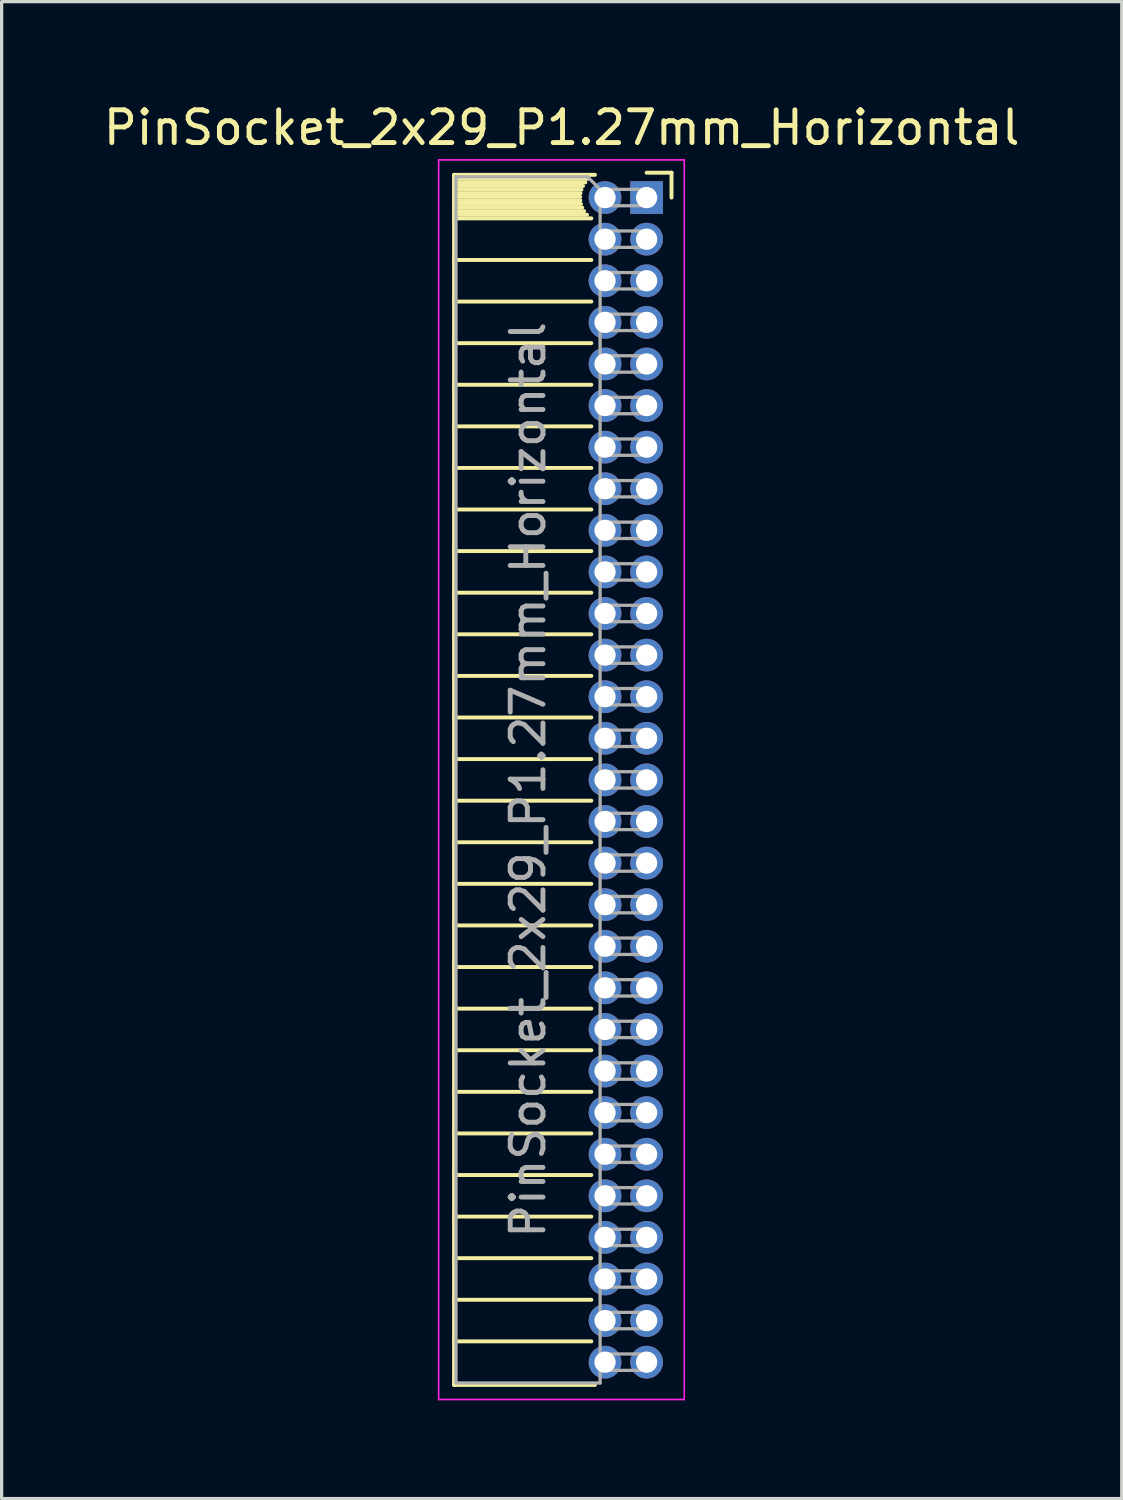
<source format=kicad_pcb>
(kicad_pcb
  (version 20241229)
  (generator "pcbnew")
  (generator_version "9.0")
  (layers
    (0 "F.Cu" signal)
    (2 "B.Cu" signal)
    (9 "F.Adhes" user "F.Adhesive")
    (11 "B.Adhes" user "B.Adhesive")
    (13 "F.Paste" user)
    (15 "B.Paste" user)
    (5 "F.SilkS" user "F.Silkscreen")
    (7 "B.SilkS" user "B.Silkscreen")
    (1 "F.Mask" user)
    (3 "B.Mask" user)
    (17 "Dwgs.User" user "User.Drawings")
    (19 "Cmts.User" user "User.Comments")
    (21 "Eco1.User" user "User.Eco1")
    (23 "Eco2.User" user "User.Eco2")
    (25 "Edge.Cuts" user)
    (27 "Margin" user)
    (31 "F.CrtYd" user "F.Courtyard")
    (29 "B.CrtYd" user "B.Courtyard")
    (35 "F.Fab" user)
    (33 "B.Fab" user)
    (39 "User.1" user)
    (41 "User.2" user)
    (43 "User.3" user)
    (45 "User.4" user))
  (footprint "PinSocket_2x29_P1.27mm_Horizontal"
    (layer "F.Cu")
    (at 16.694 2.983)
    (property "Reference" "PinSocket_2x29_P1.27mm_Horizontal" (at -2.592 -2.135 0) (layer "F.SilkS") (effects (font (size 1 1) (thickness 0.15))))
    (attr through_hole)
    (fp_line (start -5.88 -0.695) (end -5.88 36.255) (stroke (width 0.12) (type solid)) (layer "F.SilkS"))
    (fp_line (start -5.88 -0.695) (end -1.578 -0.695) (stroke (width 0.12) (type solid)) (layer "F.SilkS"))
    (fp_line (start -5.88 -0.575) (end -1.767 -0.575) (stroke (width 0.12) (type solid)) (layer "F.SilkS"))
    (fp_line (start -5.88 -0.465) (end -1.871 -0.465) (stroke (width 0.12) (type solid)) (layer "F.SilkS"))
    (fp_line (start -5.88 -0.355) (end -1.942 -0.355) (stroke (width 0.12) (type solid)) (layer "F.SilkS"))
    (fp_line (start -5.88 -0.245) (end -1.989 -0.245) (stroke (width 0.12) (type solid)) (layer "F.SilkS"))
    (fp_line (start -5.88 -0.135) (end -2.018 -0.135) (stroke (width 0.12) (type solid)) (layer "F.SilkS"))
    (fp_line (start -5.88 -0.025) (end -2.03 -0.025) (stroke (width 0.12) (type solid)) (layer "F.SilkS"))
    (fp_line (start -5.88 0.085) (end -2.025 0.085) (stroke (width 0.12) (type solid)) (layer "F.SilkS"))
    (fp_line (start -5.88 0.195) (end -2.005 0.195) (stroke (width 0.12) (type solid)) (layer "F.SilkS"))
    (fp_line (start -5.88 0.305) (end -1.966 0.305) (stroke (width 0.12) (type solid)) (layer "F.SilkS"))
    (fp_line (start -5.88 0.415) (end -1.907 0.415) (stroke (width 0.12) (type solid)) (layer "F.SilkS"))
    (fp_line (start -5.88 0.525) (end -1.82 0.525) (stroke (width 0.12) (type solid)) (layer "F.SilkS"))
    (fp_line (start -5.88 0.635) (end -1.688 0.635) (stroke (width 0.12) (type solid)) (layer "F.SilkS"))
    (fp_line (start -5.88 1.905) (end -1.688 1.905) (stroke (width 0.12) (type solid)) (layer "F.SilkS"))
    (fp_line (start -5.88 3.175) (end -1.688 3.175) (stroke (width 0.12) (type solid)) (layer "F.SilkS"))
    (fp_line (start -5.88 4.445) (end -1.688 4.445) (stroke (width 0.12) (type solid)) (layer "F.SilkS"))
    (fp_line (start -5.88 5.715) (end -1.688 5.715) (stroke (width 0.12) (type solid)) (layer "F.SilkS"))
    (fp_line (start -5.88 6.985) (end -1.688 6.985) (stroke (width 0.12) (type solid)) (layer "F.SilkS"))
    (fp_line (start -5.88 8.255) (end -1.688 8.255) (stroke (width 0.12) (type solid)) (layer "F.SilkS"))
    (fp_line (start -5.88 9.525) (end -1.688 9.525) (stroke (width 0.12) (type solid)) (layer "F.SilkS"))
    (fp_line (start -5.88 10.795) (end -1.688 10.795) (stroke (width 0.12) (type solid)) (layer "F.SilkS"))
    (fp_line (start -5.88 12.065) (end -1.688 12.065) (stroke (width 0.12) (type solid)) (layer "F.SilkS"))
    (fp_line (start -5.88 13.335) (end -1.688 13.335) (stroke (width 0.12) (type solid)) (layer "F.SilkS"))
    (fp_line (start -5.88 14.605) (end -1.688 14.605) (stroke (width 0.12) (type solid)) (layer "F.SilkS"))
    (fp_line (start -5.88 15.875) (end -1.688 15.875) (stroke (width 0.12) (type solid)) (layer "F.SilkS"))
    (fp_line (start -5.88 17.145) (end -1.688 17.145) (stroke (width 0.12) (type solid)) (layer "F.SilkS"))
    (fp_line (start -5.88 18.415) (end -1.688 18.415) (stroke (width 0.12) (type solid)) (layer "F.SilkS"))
    (fp_line (start -5.88 19.685) (end -1.688 19.685) (stroke (width 0.12) (type solid)) (layer "F.SilkS"))
    (fp_line (start -5.88 20.955) (end -1.688 20.955) (stroke (width 0.12) (type solid)) (layer "F.SilkS"))
    (fp_line (start -5.88 22.225) (end -1.688 22.225) (stroke (width 0.12) (type solid)) (layer "F.SilkS"))
    (fp_line (start -5.88 23.495) (end -1.688 23.495) (stroke (width 0.12) (type solid)) (layer "F.SilkS"))
    (fp_line (start -5.88 24.765) (end -1.688 24.765) (stroke (width 0.12) (type solid)) (layer "F.SilkS"))
    (fp_line (start -5.88 26.035) (end -1.688 26.035) (stroke (width 0.12) (type solid)) (layer "F.SilkS"))
    (fp_line (start -5.88 27.305) (end -1.688 27.305) (stroke (width 0.12) (type solid)) (layer "F.SilkS"))
    (fp_line (start -5.88 28.575) (end -1.688 28.575) (stroke (width 0.12) (type solid)) (layer "F.SilkS"))
    (fp_line (start -5.88 29.845) (end -1.688 29.845) (stroke (width 0.12) (type solid)) (layer "F.SilkS"))
    (fp_line (start -5.88 31.115) (end -1.688 31.115) (stroke (width 0.12) (type solid)) (layer "F.SilkS"))
    (fp_line (start -5.88 32.385) (end -1.688 32.385) (stroke (width 0.12) (type solid)) (layer "F.SilkS"))
    (fp_line (start -5.88 33.655) (end -1.688 33.655) (stroke (width 0.12) (type solid)) (layer "F.SilkS"))
    (fp_line (start -5.88 34.925) (end -1.688 34.925) (stroke (width 0.12) (type solid)) (layer "F.SilkS"))
    (fp_line (start -5.88 36.255) (end -1.578 36.255) (stroke (width 0.12) (type solid)) (layer "F.SilkS"))
    (fp_line (start 0 -0.76) (end 0.76 -0.76) (stroke (width 0.12) (type solid)) (layer "F.SilkS"))
    (fp_line (start 0.76 -0.76) (end 0.76 0) (stroke (width 0.12) (type solid)) (layer "F.SilkS"))
    (fp_line (start -6.35 -1.15) (end -6.35 36.7) (stroke (width 0.05) (type solid)) (layer "F.CrtYd"))
    (fp_line (start -6.35 36.7) (end 1.15 36.7) (stroke (width 0.05) (type solid)) (layer "F.CrtYd"))
    (fp_line (start 1.15 -1.15) (end -6.35 -1.15) (stroke (width 0.05) (type solid)) (layer "F.CrtYd"))
    (fp_line (start 1.15 36.7) (end 1.15 -1.15) (stroke (width 0.05) (type solid)) (layer "F.CrtYd"))
    (fp_line (start -5.82 -0.635) (end -1.805 -0.635) (stroke (width 0.1) (type solid)) (layer "F.Fab"))
    (fp_line (start -5.82 36.195) (end -5.82 -0.635) (stroke (width 0.1) (type solid)) (layer "F.Fab"))
    (fp_line (start -1.805 -0.635) (end -1.42 -0.25) (stroke (width 0.1) (type solid)) (layer "F.Fab"))
    (fp_line (start -1.42 -0.25) (end -1.42 36.195) (stroke (width 0.1) (type solid)) (layer "F.Fab"))
    (fp_line (start -1.42 0.25) (end 0 0.25) (stroke (width 0.1) (type solid)) (layer "F.Fab"))
    (fp_line (start -1.42 1.52) (end 0 1.52) (stroke (width 0.1) (type solid)) (layer "F.Fab"))
    (fp_line (start -1.42 2.79) (end 0 2.79) (stroke (width 0.1) (type solid)) (layer "F.Fab"))
    (fp_line (start -1.42 4.06) (end 0 4.06) (stroke (width 0.1) (type solid)) (layer "F.Fab"))
    (fp_line (start -1.42 5.33) (end 0 5.33) (stroke (width 0.1) (type solid)) (layer "F.Fab"))
    (fp_line (start -1.42 6.6) (end 0 6.6) (stroke (width 0.1) (type solid)) (layer "F.Fab"))
    (fp_line (start -1.42 7.87) (end 0 7.87) (stroke (width 0.1) (type solid)) (layer "F.Fab"))
    (fp_line (start -1.42 9.14) (end 0 9.14) (stroke (width 0.1) (type solid)) (layer "F.Fab"))
    (fp_line (start -1.42 10.41) (end 0 10.41) (stroke (width 0.1) (type solid)) (layer "F.Fab"))
    (fp_line (start -1.42 11.68) (end 0 11.68) (stroke (width 0.1) (type solid)) (layer "F.Fab"))
    (fp_line (start -1.42 12.95) (end 0 12.95) (stroke (width 0.1) (type solid)) (layer "F.Fab"))
    (fp_line (start -1.42 14.22) (end 0 14.22) (stroke (width 0.1) (type solid)) (layer "F.Fab"))
    (fp_line (start -1.42 15.49) (end 0 15.49) (stroke (width 0.1) (type solid)) (layer "F.Fab"))
    (fp_line (start -1.42 16.76) (end 0 16.76) (stroke (width 0.1) (type solid)) (layer "F.Fab"))
    (fp_line (start -1.42 18.03) (end 0 18.03) (stroke (width 0.1) (type solid)) (layer "F.Fab"))
    (fp_line (start -1.42 19.3) (end 0 19.3) (stroke (width 0.1) (type solid)) (layer "F.Fab"))
    (fp_line (start -1.42 20.57) (end 0 20.57) (stroke (width 0.1) (type solid)) (layer "F.Fab"))
    (fp_line (start -1.42 21.84) (end 0 21.84) (stroke (width 0.1) (type solid)) (layer "F.Fab"))
    (fp_line (start -1.42 23.11) (end 0 23.11) (stroke (width 0.1) (type solid)) (layer "F.Fab"))
    (fp_line (start -1.42 24.38) (end 0 24.38) (stroke (width 0.1) (type solid)) (layer "F.Fab"))
    (fp_line (start -1.42 25.65) (end 0 25.65) (stroke (width 0.1) (type solid)) (layer "F.Fab"))
    (fp_line (start -1.42 26.92) (end 0 26.92) (stroke (width 0.1) (type solid)) (layer "F.Fab"))
    (fp_line (start -1.42 28.19) (end 0 28.19) (stroke (width 0.1) (type solid)) (layer "F.Fab"))
    (fp_line (start -1.42 29.46) (end 0 29.46) (stroke (width 0.1) (type solid)) (layer "F.Fab"))
    (fp_line (start -1.42 30.73) (end 0 30.73) (stroke (width 0.1) (type solid)) (layer "F.Fab"))
    (fp_line (start -1.42 32) (end 0 32) (stroke (width 0.1) (type solid)) (layer "F.Fab"))
    (fp_line (start -1.42 33.27) (end 0 33.27) (stroke (width 0.1) (type solid)) (layer "F.Fab"))
    (fp_line (start -1.42 34.54) (end 0 34.54) (stroke (width 0.1) (type solid)) (layer "F.Fab"))
    (fp_line (start -1.42 35.81) (end 0 35.81) (stroke (width 0.1) (type solid)) (layer "F.Fab"))
    (fp_line (start -1.42 36.195) (end -5.82 36.195) (stroke (width 0.1) (type solid)) (layer "F.Fab"))
    (fp_line (start 0 -0.25) (end -1.42 -0.25) (stroke (width 0.1) (type solid)) (layer "F.Fab"))
    (fp_line (start 0 0.25) (end 0 -0.25) (stroke (width 0.1) (type solid)) (layer "F.Fab"))
    (fp_line (start 0 1.02) (end -1.42 1.02) (stroke (width 0.1) (type solid)) (layer "F.Fab"))
    (fp_line (start 0 1.52) (end 0 1.02) (stroke (width 0.1) (type solid)) (layer "F.Fab"))
    (fp_line (start 0 2.29) (end -1.42 2.29) (stroke (width 0.1) (type solid)) (layer "F.Fab"))
    (fp_line (start 0 2.79) (end 0 2.29) (stroke (width 0.1) (type solid)) (layer "F.Fab"))
    (fp_line (start 0 3.56) (end -1.42 3.56) (stroke (width 0.1) (type solid)) (layer "F.Fab"))
    (fp_line (start 0 4.06) (end 0 3.56) (stroke (width 0.1) (type solid)) (layer "F.Fab"))
    (fp_line (start 0 4.83) (end -1.42 4.83) (stroke (width 0.1) (type solid)) (layer "F.Fab"))
    (fp_line (start 0 5.33) (end 0 4.83) (stroke (width 0.1) (type solid)) (layer "F.Fab"))
    (fp_line (start 0 6.1) (end -1.42 6.1) (stroke (width 0.1) (type solid)) (layer "F.Fab"))
    (fp_line (start 0 6.6) (end 0 6.1) (stroke (width 0.1) (type solid)) (layer "F.Fab"))
    (fp_line (start 0 7.37) (end -1.42 7.37) (stroke (width 0.1) (type solid)) (layer "F.Fab"))
    (fp_line (start 0 7.87) (end 0 7.37) (stroke (width 0.1) (type solid)) (layer "F.Fab"))
    (fp_line (start 0 8.64) (end -1.42 8.64) (stroke (width 0.1) (type solid)) (layer "F.Fab"))
    (fp_line (start 0 9.14) (end 0 8.64) (stroke (width 0.1) (type solid)) (layer "F.Fab"))
    (fp_line (start 0 9.91) (end -1.42 9.91) (stroke (width 0.1) (type solid)) (layer "F.Fab"))
    (fp_line (start 0 10.41) (end 0 9.91) (stroke (width 0.1) (type solid)) (layer "F.Fab"))
    (fp_line (start 0 11.18) (end -1.42 11.18) (stroke (width 0.1) (type solid)) (layer "F.Fab"))
    (fp_line (start 0 11.68) (end 0 11.18) (stroke (width 0.1) (type solid)) (layer "F.Fab"))
    (fp_line (start 0 12.45) (end -1.42 12.45) (stroke (width 0.1) (type solid)) (layer "F.Fab"))
    (fp_line (start 0 12.95) (end 0 12.45) (stroke (width 0.1) (type solid)) (layer "F.Fab"))
    (fp_line (start 0 13.72) (end -1.42 13.72) (stroke (width 0.1) (type solid)) (layer "F.Fab"))
    (fp_line (start 0 14.22) (end 0 13.72) (stroke (width 0.1) (type solid)) (layer "F.Fab"))
    (fp_line (start 0 14.99) (end -1.42 14.99) (stroke (width 0.1) (type solid)) (layer "F.Fab"))
    (fp_line (start 0 15.49) (end 0 14.99) (stroke (width 0.1) (type solid)) (layer "F.Fab"))
    (fp_line (start 0 16.26) (end -1.42 16.26) (stroke (width 0.1) (type solid)) (layer "F.Fab"))
    (fp_line (start 0 16.76) (end 0 16.26) (stroke (width 0.1) (type solid)) (layer "F.Fab"))
    (fp_line (start 0 17.53) (end -1.42 17.53) (stroke (width 0.1) (type solid)) (layer "F.Fab"))
    (fp_line (start 0 18.03) (end 0 17.53) (stroke (width 0.1) (type solid)) (layer "F.Fab"))
    (fp_line (start 0 18.8) (end -1.42 18.8) (stroke (width 0.1) (type solid)) (layer "F.Fab"))
    (fp_line (start 0 19.3) (end 0 18.8) (stroke (width 0.1) (type solid)) (layer "F.Fab"))
    (fp_line (start 0 20.07) (end -1.42 20.07) (stroke (width 0.1) (type solid)) (layer "F.Fab"))
    (fp_line (start 0 20.57) (end 0 20.07) (stroke (width 0.1) (type solid)) (layer "F.Fab"))
    (fp_line (start 0 21.34) (end -1.42 21.34) (stroke (width 0.1) (type solid)) (layer "F.Fab"))
    (fp_line (start 0 21.84) (end 0 21.34) (stroke (width 0.1) (type solid)) (layer "F.Fab"))
    (fp_line (start 0 22.61) (end -1.42 22.61) (stroke (width 0.1) (type solid)) (layer "F.Fab"))
    (fp_line (start 0 23.11) (end 0 22.61) (stroke (width 0.1) (type solid)) (layer "F.Fab"))
    (fp_line (start 0 23.88) (end -1.42 23.88) (stroke (width 0.1) (type solid)) (layer "F.Fab"))
    (fp_line (start 0 24.38) (end 0 23.88) (stroke (width 0.1) (type solid)) (layer "F.Fab"))
    (fp_line (start 0 25.15) (end -1.42 25.15) (stroke (width 0.1) (type solid)) (layer "F.Fab"))
    (fp_line (start 0 25.65) (end 0 25.15) (stroke (width 0.1) (type solid)) (layer "F.Fab"))
    (fp_line (start 0 26.42) (end -1.42 26.42) (stroke (width 0.1) (type solid)) (layer "F.Fab"))
    (fp_line (start 0 26.92) (end 0 26.42) (stroke (width 0.1) (type solid)) (layer "F.Fab"))
    (fp_line (start 0 27.69) (end -1.42 27.69) (stroke (width 0.1) (type solid)) (layer "F.Fab"))
    (fp_line (start 0 28.19) (end 0 27.69) (stroke (width 0.1) (type solid)) (layer "F.Fab"))
    (fp_line (start 0 28.96) (end -1.42 28.96) (stroke (width 0.1) (type solid)) (layer "F.Fab"))
    (fp_line (start 0 29.46) (end 0 28.96) (stroke (width 0.1) (type solid)) (layer "F.Fab"))
    (fp_line (start 0 30.23) (end -1.42 30.23) (stroke (width 0.1) (type solid)) (layer "F.Fab"))
    (fp_line (start 0 30.73) (end 0 30.23) (stroke (width 0.1) (type solid)) (layer "F.Fab"))
    (fp_line (start 0 31.5) (end -1.42 31.5) (stroke (width 0.1) (type solid)) (layer "F.Fab"))
    (fp_line (start 0 32) (end 0 31.5) (stroke (width 0.1) (type solid)) (layer "F.Fab"))
    (fp_line (start 0 32.77) (end -1.42 32.77) (stroke (width 0.1) (type solid)) (layer "F.Fab"))
    (fp_line (start 0 33.27) (end 0 32.77) (stroke (width 0.1) (type solid)) (layer "F.Fab"))
    (fp_line (start 0 34.04) (end -1.42 34.04) (stroke (width 0.1) (type solid)) (layer "F.Fab"))
    (fp_line (start 0 34.54) (end 0 34.04) (stroke (width 0.1) (type solid)) (layer "F.Fab"))
    (fp_line (start 0 35.31) (end -1.42 35.31) (stroke (width 0.1) (type solid)) (layer "F.Fab"))
    (fp_line (start 0 35.81) (end 0 35.31) (stroke (width 0.1) (type solid)) (layer "F.Fab"))
    (fp_text user "${REFERENCE}" (at -3.62 17.78 90) (layer "F.Fab") (effects (font (size 1 1) (thickness 0.15))))
    (pad "1" thru_hole rect (at 0 0) (size 1 1) (drill 0.65) (layers "*.Cu" "*.Mask"))
    (pad "2" thru_hole circle (at -1.27 0) (size 1 1) (drill 0.65) (layers "*.Cu" "*.Mask"))
    (pad "3" thru_hole circle (at 0 1.27) (size 1 1) (drill 0.65) (layers "*.Cu" "*.Mask"))
    (pad "4" thru_hole circle (at -1.27 1.27) (size 1 1) (drill 0.65) (layers "*.Cu" "*.Mask"))
    (pad "5" thru_hole circle (at 0 2.54) (size 1 1) (drill 0.65) (layers "*.Cu" "*.Mask"))
    (pad "6" thru_hole circle (at -1.27 2.54) (size 1 1) (drill 0.65) (layers "*.Cu" "*.Mask"))
    (pad "7" thru_hole circle (at 0 3.81) (size 1 1) (drill 0.65) (layers "*.Cu" "*.Mask"))
    (pad "8" thru_hole circle (at -1.27 3.81) (size 1 1) (drill 0.65) (layers "*.Cu" "*.Mask"))
    (pad "9" thru_hole circle (at 0 5.08) (size 1 1) (drill 0.65) (layers "*.Cu" "*.Mask"))
    (pad "10" thru_hole circle (at -1.27 5.08) (size 1 1) (drill 0.65) (layers "*.Cu" "*.Mask"))
    (pad "11" thru_hole circle (at 0 6.35) (size 1 1) (drill 0.65) (layers "*.Cu" "*.Mask"))
    (pad "12" thru_hole circle (at -1.27 6.35) (size 1 1) (drill 0.65) (layers "*.Cu" "*.Mask"))
    (pad "13" thru_hole circle (at 0 7.62) (size 1 1) (drill 0.65) (layers "*.Cu" "*.Mask"))
    (pad "14" thru_hole circle (at -1.27 7.62) (size 1 1) (drill 0.65) (layers "*.Cu" "*.Mask"))
    (pad "15" thru_hole circle (at 0 8.89) (size 1 1) (drill 0.65) (layers "*.Cu" "*.Mask"))
    (pad "16" thru_hole circle (at -1.27 8.89) (size 1 1) (drill 0.65) (layers "*.Cu" "*.Mask"))
    (pad "17" thru_hole circle (at 0 10.16) (size 1 1) (drill 0.65) (layers "*.Cu" "*.Mask"))
    (pad "18" thru_hole circle (at -1.27 10.16) (size 1 1) (drill 0.65) (layers "*.Cu" "*.Mask"))
    (pad "19" thru_hole circle (at 0 11.43) (size 1 1) (drill 0.65) (layers "*.Cu" "*.Mask"))
    (pad "20" thru_hole circle (at -1.27 11.43) (size 1 1) (drill 0.65) (layers "*.Cu" "*.Mask"))
    (pad "21" thru_hole circle (at 0 12.7) (size 1 1) (drill 0.65) (layers "*.Cu" "*.Mask"))
    (pad "22" thru_hole circle (at -1.27 12.7) (size 1 1) (drill 0.65) (layers "*.Cu" "*.Mask"))
    (pad "23" thru_hole circle (at 0 13.97) (size 1 1) (drill 0.65) (layers "*.Cu" "*.Mask"))
    (pad "24" thru_hole circle (at -1.27 13.97) (size 1 1) (drill 0.65) (layers "*.Cu" "*.Mask"))
    (pad "25" thru_hole circle (at 0 15.24) (size 1 1) (drill 0.65) (layers "*.Cu" "*.Mask"))
    (pad "26" thru_hole circle (at -1.27 15.24) (size 1 1) (drill 0.65) (layers "*.Cu" "*.Mask"))
    (pad "27" thru_hole circle (at 0 16.51) (size 1 1) (drill 0.65) (layers "*.Cu" "*.Mask"))
    (pad "28" thru_hole circle (at -1.27 16.51) (size 1 1) (drill 0.65) (layers "*.Cu" "*.Mask"))
    (pad "29" thru_hole circle (at 0 17.78) (size 1 1) (drill 0.65) (layers "*.Cu" "*.Mask"))
    (pad "30" thru_hole circle (at -1.27 17.78) (size 1 1) (drill 0.65) (layers "*.Cu" "*.Mask"))
    (pad "31" thru_hole circle (at 0 19.05) (size 1 1) (drill 0.65) (layers "*.Cu" "*.Mask"))
    (pad "32" thru_hole circle (at -1.27 19.05) (size 1 1) (drill 0.65) (layers "*.Cu" "*.Mask"))
    (pad "33" thru_hole circle (at 0 20.32) (size 1 1) (drill 0.65) (layers "*.Cu" "*.Mask"))
    (pad "34" thru_hole circle (at -1.27 20.32) (size 1 1) (drill 0.65) (layers "*.Cu" "*.Mask"))
    (pad "35" thru_hole circle (at 0 21.59) (size 1 1) (drill 0.65) (layers "*.Cu" "*.Mask"))
    (pad "36" thru_hole circle (at -1.27 21.59) (size 1 1) (drill 0.65) (layers "*.Cu" "*.Mask"))
    (pad "37" thru_hole circle (at 0 22.86) (size 1 1) (drill 0.65) (layers "*.Cu" "*.Mask"))
    (pad "38" thru_hole circle (at -1.27 22.86) (size 1 1) (drill 0.65) (layers "*.Cu" "*.Mask"))
    (pad "39" thru_hole circle (at 0 24.13) (size 1 1) (drill 0.65) (layers "*.Cu" "*.Mask"))
    (pad "40" thru_hole circle (at -1.27 24.13) (size 1 1) (drill 0.65) (layers "*.Cu" "*.Mask"))
    (pad "41" thru_hole circle (at 0 25.4) (size 1 1) (drill 0.65) (layers "*.Cu" "*.Mask"))
    (pad "42" thru_hole circle (at -1.27 25.4) (size 1 1) (drill 0.65) (layers "*.Cu" "*.Mask"))
    (pad "43" thru_hole circle (at 0 26.67) (size 1 1) (drill 0.65) (layers "*.Cu" "*.Mask"))
    (pad "44" thru_hole circle (at -1.27 26.67) (size 1 1) (drill 0.65) (layers "*.Cu" "*.Mask"))
    (pad "45" thru_hole circle (at 0 27.94) (size 1 1) (drill 0.65) (layers "*.Cu" "*.Mask"))
    (pad "46" thru_hole circle (at -1.27 27.94) (size 1 1) (drill 0.65) (layers "*.Cu" "*.Mask"))
    (pad "47" thru_hole circle (at 0 29.21) (size 1 1) (drill 0.65) (layers "*.Cu" "*.Mask"))
    (pad "48" thru_hole circle (at -1.27 29.21) (size 1 1) (drill 0.65) (layers "*.Cu" "*.Mask"))
    (pad "49" thru_hole circle (at 0 30.48) (size 1 1) (drill 0.65) (layers "*.Cu" "*.Mask"))
    (pad "50" thru_hole circle (at -1.27 30.48) (size 1 1) (drill 0.65) (layers "*.Cu" "*.Mask"))
    (pad "51" thru_hole circle (at 0 31.75) (size 1 1) (drill 0.65) (layers "*.Cu" "*.Mask"))
    (pad "52" thru_hole circle (at -1.27 31.75) (size 1 1) (drill 0.65) (layers "*.Cu" "*.Mask"))
    (pad "53" thru_hole circle (at 0 33.02) (size 1 1) (drill 0.65) (layers "*.Cu" "*.Mask"))
    (pad "54" thru_hole circle (at -1.27 33.02) (size 1 1) (drill 0.65) (layers "*.Cu" "*.Mask"))
    (pad "55" thru_hole circle (at 0 34.29) (size 1 1) (drill 0.65) (layers "*.Cu" "*.Mask"))
    (pad "56" thru_hole circle (at -1.27 34.29) (size 1 1) (drill 0.65) (layers "*.Cu" "*.Mask"))
    (pad "57" thru_hole circle (at 0 35.56) (size 1 1) (drill 0.65) (layers "*.Cu" "*.Mask"))
    (pad "58" thru_hole circle (at -1.27 35.56) (size 1 1) (drill 0.65) (layers "*.Cu" "*.Mask")))
  (gr_rect
    (start -3 -3)
    (end 31.202 42.708)
    (stroke (width 0.1) (type default))
    (fill no)
    (layer "Edge.Cuts")))
</source>
